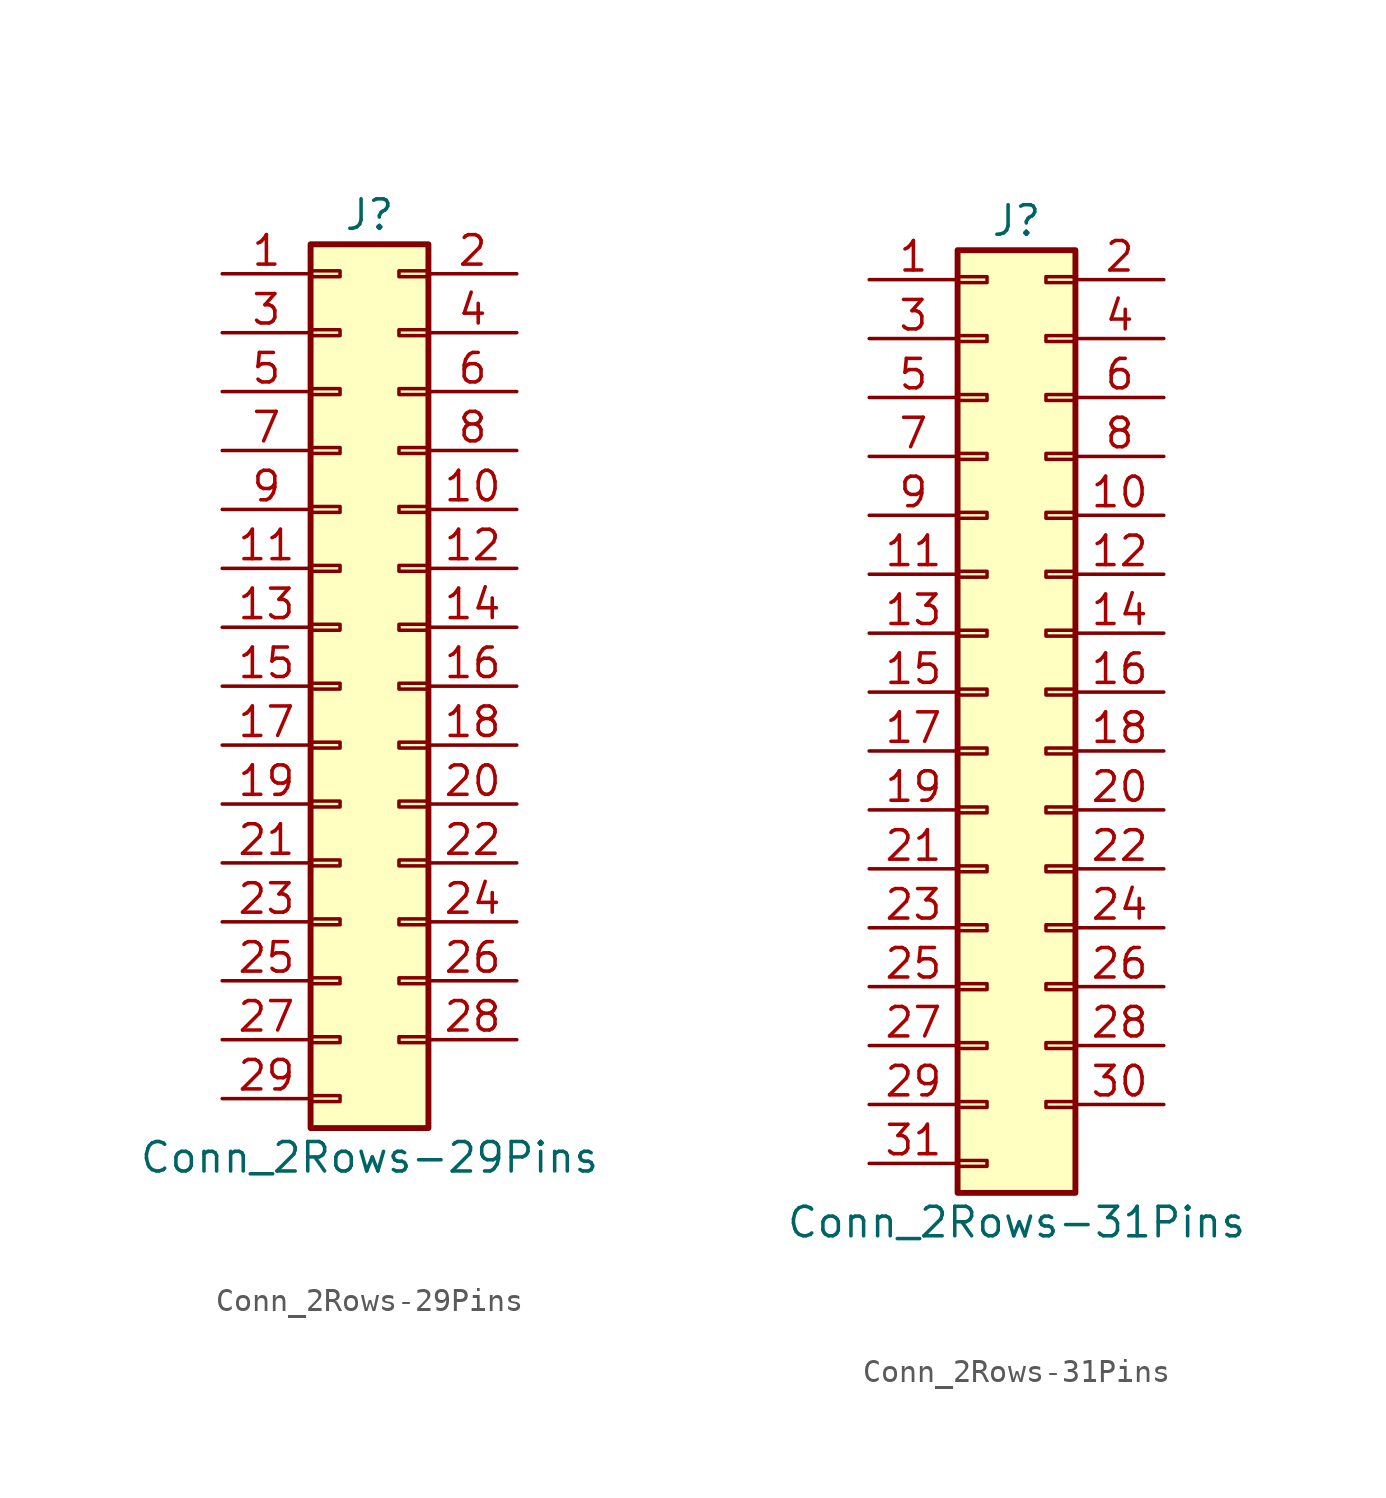
<source format=kicad_sym>
(kicad_symbol_lib
  (version 20220914)
  (generator kicad_symbol_editor)
  (symbol "Conn_2Rows-29Pins"
    (pin_names
      (offset 1.016) hide)
    (property "Reference" "J"
      (at 1.27 20.32 0)
      (effects (font (size 1.27 1.27))))
    (property "Value" "Conn_2Rows-29Pins"
      (at 1.27 -20.32 0)
      (effects (font (size 1.27 1.27))))
    (symbol "Conn_2Rows-29Pins_1_1"
      (rectangle (start -1.27 -17.653) (end 0 -17.907) (stroke (width 0.152) (type solid)) (fill (type none)))
      (rectangle (start -1.27 -15.113) (end 0 -15.367) (stroke (width 0.152) (type solid)) (fill (type none)))
      (rectangle (start -1.27 -12.573) (end 0 -12.827) (stroke (width 0.152) (type solid)) (fill (type none)))
      (rectangle (start -1.27 -10.033) (end 0 -10.287) (stroke (width 0.152) (type solid)) (fill (type none)))
      (rectangle (start -1.27 -7.493) (end 0 -7.747) (stroke (width 0.152) (type solid)) (fill (type none)))
      (rectangle (start -1.27 -4.953) (end 0 -5.207) (stroke (width 0.152) (type solid)) (fill (type none)))
      (rectangle (start -1.27 -2.413) (end 0 -2.667) (stroke (width 0.152) (type solid)) (fill (type none)))
      (rectangle (start -1.27 0.127) (end 0 -0.127) (stroke (width 0.152) (type solid)) (fill (type none)))
      (rectangle (start -1.27 2.667) (end 0 2.413) (stroke (width 0.152) (type solid)) (fill (type none)))
      (rectangle (start -1.27 5.207) (end 0 4.953) (stroke (width 0.152) (type solid)) (fill (type none)))
      (rectangle (start -1.27 7.747) (end 0 7.493) (stroke (width 0.152) (type solid)) (fill (type none)))
      (rectangle (start -1.27 10.287) (end 0 10.033) (stroke (width 0.152) (type solid)) (fill (type none)))
      (rectangle (start -1.27 12.827) (end 0 12.573) (stroke (width 0.152) (type solid)) (fill (type none)))
      (rectangle (start -1.27 15.367) (end 0 15.113) (stroke (width 0.152) (type solid)) (fill (type none)))
      (rectangle (start -1.27 17.907) (end 0 17.653) (stroke (width 0.152) (type solid)) (fill (type none)))
      (rectangle (start -1.27 19.05) (end 3.81 -19.05) (stroke (width 0.254) (type solid)) (fill (type background)))
      (rectangle (start 3.81 -15.113) (end 2.54 -15.367) (stroke (width 0.152) (type solid)) (fill (type none)))
      (rectangle (start 3.81 -12.573) (end 2.54 -12.827) (stroke (width 0.152) (type solid)) (fill (type none)))
      (rectangle (start 3.81 -10.033) (end 2.54 -10.287) (stroke (width 0.152) (type solid)) (fill (type none)))
      (rectangle (start 3.81 -7.493) (end 2.54 -7.747) (stroke (width 0.152) (type solid)) (fill (type none)))
      (rectangle (start 3.81 -4.953) (end 2.54 -5.207) (stroke (width 0.152) (type solid)) (fill (type none)))
      (rectangle (start 3.81 -2.413) (end 2.54 -2.667) (stroke (width 0.152) (type solid)) (fill (type none)))
      (rectangle (start 3.81 0.127) (end 2.54 -0.127) (stroke (width 0.152) (type solid)) (fill (type none)))
      (rectangle (start 3.81 2.667) (end 2.54 2.413) (stroke (width 0.152) (type solid)) (fill (type none)))
      (rectangle (start 3.81 5.207) (end 2.54 4.953) (stroke (width 0.152) (type solid)) (fill (type none)))
      (rectangle (start 3.81 7.747) (end 2.54 7.493) (stroke (width 0.152) (type solid)) (fill (type none)))
      (rectangle (start 3.81 10.287) (end 2.54 10.033) (stroke (width 0.152) (type solid)) (fill (type none)))
      (rectangle (start 3.81 12.827) (end 2.54 12.573) (stroke (width 0.152) (type solid)) (fill (type none)))
      (rectangle (start 3.81 15.367) (end 2.54 15.113) (stroke (width 0.152) (type solid)) (fill (type none)))
      (rectangle (start 3.81 17.907) (end 2.54 17.653) (stroke (width 0.152) (type solid)) (fill (type none)))
      (pin passive line (at -5.08 17.78 0) (length 3.81) (name "Pin_1" (effects (font (size 1.27 1.27)))) (number "1" (effects (font (size 1.27 1.27)))))
      (pin passive line (at 7.62 7.62 180) (length 3.81) (name "Pin_10" (effects (font (size 1.27 1.27)))) (number "10" (effects (font (size 1.27 1.27)))))
      (pin passive line (at -5.08 5.08 0) (length 3.81) (name "Pin_11" (effects (font (size 1.27 1.27)))) (number "11" (effects (font (size 1.27 1.27)))))
      (pin passive line (at 7.62 5.08 180) (length 3.81) (name "Pin_12" (effects (font (size 1.27 1.27)))) (number "12" (effects (font (size 1.27 1.27)))))
      (pin passive line (at -5.08 2.54 0) (length 3.81) (name "Pin_13" (effects (font (size 1.27 1.27)))) (number "13" (effects (font (size 1.27 1.27)))))
      (pin passive line (at 7.62 2.54 180) (length 3.81) (name "Pin_14" (effects (font (size 1.27 1.27)))) (number "14" (effects (font (size 1.27 1.27)))))
      (pin passive line (at -5.08 0 0) (length 3.81) (name "Pin_15" (effects (font (size 1.27 1.27)))) (number "15" (effects (font (size 1.27 1.27)))))
      (pin passive line (at 7.62 0 180) (length 3.81) (name "Pin_16" (effects (font (size 1.27 1.27)))) (number "16" (effects (font (size 1.27 1.27)))))
      (pin passive line (at -5.08 -2.54 0) (length 3.81) (name "Pin_17" (effects (font (size 1.27 1.27)))) (number "17" (effects (font (size 1.27 1.27)))))
      (pin passive line (at 7.62 -2.54 180) (length 3.81) (name "Pin_18" (effects (font (size 1.27 1.27)))) (number "18" (effects (font (size 1.27 1.27)))))
      (pin passive line (at -5.08 -5.08 0) (length 3.81) (name "Pin_19" (effects (font (size 1.27 1.27)))) (number "19" (effects (font (size 1.27 1.27)))))
      (pin passive line (at 7.62 17.78 180) (length 3.81) (name "Pin_2" (effects (font (size 1.27 1.27)))) (number "2" (effects (font (size 1.27 1.27)))))
      (pin passive line (at 7.62 -5.08 180) (length 3.81) (name "Pin_20" (effects (font (size 1.27 1.27)))) (number "20" (effects (font (size 1.27 1.27)))))
      (pin passive line (at -5.08 -7.62 0) (length 3.81) (name "Pin_21" (effects (font (size 1.27 1.27)))) (number "21" (effects (font (size 1.27 1.27)))))
      (pin passive line (at 7.62 -7.62 180) (length 3.81) (name "Pin_22" (effects (font (size 1.27 1.27)))) (number "22" (effects (font (size 1.27 1.27)))))
      (pin passive line (at -5.08 -10.16 0) (length 3.81) (name "Pin_23" (effects (font (size 1.27 1.27)))) (number "23" (effects (font (size 1.27 1.27)))))
      (pin passive line (at 7.62 -10.16 180) (length 3.81) (name "Pin_24" (effects (font (size 1.27 1.27)))) (number "24" (effects (font (size 1.27 1.27)))))
      (pin passive line (at -5.08 -12.7 0) (length 3.81) (name "Pin_25" (effects (font (size 1.27 1.27)))) (number "25" (effects (font (size 1.27 1.27)))))
      (pin passive line (at 7.62 -12.7 180) (length 3.81) (name "Pin_26" (effects (font (size 1.27 1.27)))) (number "26" (effects (font (size 1.27 1.27)))))
      (pin passive line (at -5.08 -15.24 0) (length 3.81) (name "Pin_27" (effects (font (size 1.27 1.27)))) (number "27" (effects (font (size 1.27 1.27)))))
      (pin passive line (at 7.62 -15.24 180) (length 3.81) (name "Pin_28" (effects (font (size 1.27 1.27)))) (number "28" (effects (font (size 1.27 1.27)))))
      (pin passive line (at -5.08 -17.78 0) (length 3.81) (name "Pin_29" (effects (font (size 1.27 1.27)))) (number "29" (effects (font (size 1.27 1.27)))))
      (pin passive line (at -5.08 15.24 0) (length 3.81) (name "Pin_3" (effects (font (size 1.27 1.27)))) (number "3" (effects (font (size 1.27 1.27)))))
      (pin passive line (at 7.62 15.24 180) (length 3.81) (name "Pin_4" (effects (font (size 1.27 1.27)))) (number "4" (effects (font (size 1.27 1.27)))))
      (pin passive line (at -5.08 12.7 0) (length 3.81) (name "Pin_5" (effects (font (size 1.27 1.27)))) (number "5" (effects (font (size 1.27 1.27)))))
      (pin passive line (at 7.62 12.7 180) (length 3.81) (name "Pin_6" (effects (font (size 1.27 1.27)))) (number "6" (effects (font (size 1.27 1.27)))))
      (pin passive line (at -5.08 10.16 0) (length 3.81) (name "Pin_7" (effects (font (size 1.27 1.27)))) (number "7" (effects (font (size 1.27 1.27)))))
      (pin passive line (at 7.62 10.16 180) (length 3.81) (name "Pin_8" (effects (font (size 1.27 1.27)))) (number "8" (effects (font (size 1.27 1.27)))))
      (pin passive line (at -5.08 7.62 0) (length 3.81) (name "Pin_9" (effects (font (size 1.27 1.27)))) (number "9" (effects (font (size 1.27 1.27)))))))
  (symbol "Conn_2Rows-31Pins"
    (pin_names
      (offset 1.016) hide)
    (property "Reference" "J"
      (at 1.27 20.32 0)
      (effects (font (size 1.27 1.27))))
    (property "Value" "Conn_2Rows-31Pins"
      (at 1.27 -22.86 0)
      (effects (font (size 1.27 1.27))))
    (symbol "Conn_2Rows-31Pins_1_1"
      (rectangle (start -1.27 -20.193) (end 0 -20.447) (stroke (width 0.152) (type solid)) (fill (type none)))
      (rectangle (start -1.27 -17.653) (end 0 -17.907) (stroke (width 0.152) (type solid)) (fill (type none)))
      (rectangle (start -1.27 -15.113) (end 0 -15.367) (stroke (width 0.152) (type solid)) (fill (type none)))
      (rectangle (start -1.27 -12.573) (end 0 -12.827) (stroke (width 0.152) (type solid)) (fill (type none)))
      (rectangle (start -1.27 -10.033) (end 0 -10.287) (stroke (width 0.152) (type solid)) (fill (type none)))
      (rectangle (start -1.27 -7.493) (end 0 -7.747) (stroke (width 0.152) (type solid)) (fill (type none)))
      (rectangle (start -1.27 -4.953) (end 0 -5.207) (stroke (width 0.152) (type solid)) (fill (type none)))
      (rectangle (start -1.27 -2.413) (end 0 -2.667) (stroke (width 0.152) (type solid)) (fill (type none)))
      (rectangle (start -1.27 0.127) (end 0 -0.127) (stroke (width 0.152) (type solid)) (fill (type none)))
      (rectangle (start -1.27 2.667) (end 0 2.413) (stroke (width 0.152) (type solid)) (fill (type none)))
      (rectangle (start -1.27 5.207) (end 0 4.953) (stroke (width 0.152) (type solid)) (fill (type none)))
      (rectangle (start -1.27 7.747) (end 0 7.493) (stroke (width 0.152) (type solid)) (fill (type none)))
      (rectangle (start -1.27 10.287) (end 0 10.033) (stroke (width 0.152) (type solid)) (fill (type none)))
      (rectangle (start -1.27 12.827) (end 0 12.573) (stroke (width 0.152) (type solid)) (fill (type none)))
      (rectangle (start -1.27 15.367) (end 0 15.113) (stroke (width 0.152) (type solid)) (fill (type none)))
      (rectangle (start -1.27 17.907) (end 0 17.653) (stroke (width 0.152) (type solid)) (fill (type none)))
      (rectangle (start -1.27 19.05) (end 3.81 -21.59) (stroke (width 0.254) (type solid)) (fill (type background)))
      (rectangle (start 3.81 -17.653) (end 2.54 -17.907) (stroke (width 0.152) (type solid)) (fill (type none)))
      (rectangle (start 3.81 -15.113) (end 2.54 -15.367) (stroke (width 0.152) (type solid)) (fill (type none)))
      (rectangle (start 3.81 -12.573) (end 2.54 -12.827) (stroke (width 0.152) (type solid)) (fill (type none)))
      (rectangle (start 3.81 -10.033) (end 2.54 -10.287) (stroke (width 0.152) (type solid)) (fill (type none)))
      (rectangle (start 3.81 -7.493) (end 2.54 -7.747) (stroke (width 0.152) (type solid)) (fill (type none)))
      (rectangle (start 3.81 -4.953) (end 2.54 -5.207) (stroke (width 0.152) (type solid)) (fill (type none)))
      (rectangle (start 3.81 -2.413) (end 2.54 -2.667) (stroke (width 0.152) (type solid)) (fill (type none)))
      (rectangle (start 3.81 0.127) (end 2.54 -0.127) (stroke (width 0.152) (type solid)) (fill (type none)))
      (rectangle (start 3.81 2.667) (end 2.54 2.413) (stroke (width 0.152) (type solid)) (fill (type none)))
      (rectangle (start 3.81 5.207) (end 2.54 4.953) (stroke (width 0.152) (type solid)) (fill (type none)))
      (rectangle (start 3.81 7.747) (end 2.54 7.493) (stroke (width 0.152) (type solid)) (fill (type none)))
      (rectangle (start 3.81 10.287) (end 2.54 10.033) (stroke (width 0.152) (type solid)) (fill (type none)))
      (rectangle (start 3.81 12.827) (end 2.54 12.573) (stroke (width 0.152) (type solid)) (fill (type none)))
      (rectangle (start 3.81 15.367) (end 2.54 15.113) (stroke (width 0.152) (type solid)) (fill (type none)))
      (rectangle (start 3.81 17.907) (end 2.54 17.653) (stroke (width 0.152) (type solid)) (fill (type none)))
      (pin passive line (at -5.08 17.78 0) (length 3.81) (name "Pin_1" (effects (font (size 1.27 1.27)))) (number "1" (effects (font (size 1.27 1.27)))))
      (pin passive line (at 7.62 7.62 180) (length 3.81) (name "Pin_10" (effects (font (size 1.27 1.27)))) (number "10" (effects (font (size 1.27 1.27)))))
      (pin passive line (at -5.08 5.08 0) (length 3.81) (name "Pin_11" (effects (font (size 1.27 1.27)))) (number "11" (effects (font (size 1.27 1.27)))))
      (pin passive line (at 7.62 5.08 180) (length 3.81) (name "Pin_12" (effects (font (size 1.27 1.27)))) (number "12" (effects (font (size 1.27 1.27)))))
      (pin passive line (at -5.08 2.54 0) (length 3.81) (name "Pin_13" (effects (font (size 1.27 1.27)))) (number "13" (effects (font (size 1.27 1.27)))))
      (pin passive line (at 7.62 2.54 180) (length 3.81) (name "Pin_14" (effects (font (size 1.27 1.27)))) (number "14" (effects (font (size 1.27 1.27)))))
      (pin passive line (at -5.08 0 0) (length 3.81) (name "Pin_15" (effects (font (size 1.27 1.27)))) (number "15" (effects (font (size 1.27 1.27)))))
      (pin passive line (at 7.62 0 180) (length 3.81) (name "Pin_16" (effects (font (size 1.27 1.27)))) (number "16" (effects (font (size 1.27 1.27)))))
      (pin passive line (at -5.08 -2.54 0) (length 3.81) (name "Pin_17" (effects (font (size 1.27 1.27)))) (number "17" (effects (font (size 1.27 1.27)))))
      (pin passive line (at 7.62 -2.54 180) (length 3.81) (name "Pin_18" (effects (font (size 1.27 1.27)))) (number "18" (effects (font (size 1.27 1.27)))))
      (pin passive line (at -5.08 -5.08 0) (length 3.81) (name "Pin_19" (effects (font (size 1.27 1.27)))) (number "19" (effects (font (size 1.27 1.27)))))
      (pin passive line (at 7.62 17.78 180) (length 3.81) (name "Pin_2" (effects (font (size 1.27 1.27)))) (number "2" (effects (font (size 1.27 1.27)))))
      (pin passive line (at 7.62 -5.08 180) (length 3.81) (name "Pin_20" (effects (font (size 1.27 1.27)))) (number "20" (effects (font (size 1.27 1.27)))))
      (pin passive line (at -5.08 -7.62 0) (length 3.81) (name "Pin_21" (effects (font (size 1.27 1.27)))) (number "21" (effects (font (size 1.27 1.27)))))
      (pin passive line (at 7.62 -7.62 180) (length 3.81) (name "Pin_22" (effects (font (size 1.27 1.27)))) (number "22" (effects (font (size 1.27 1.27)))))
      (pin passive line (at -5.08 -10.16 0) (length 3.81) (name "Pin_23" (effects (font (size 1.27 1.27)))) (number "23" (effects (font (size 1.27 1.27)))))
      (pin passive line (at 7.62 -10.16 180) (length 3.81) (name "Pin_24" (effects (font (size 1.27 1.27)))) (number "24" (effects (font (size 1.27 1.27)))))
      (pin passive line (at -5.08 -12.7 0) (length 3.81) (name "Pin_25" (effects (font (size 1.27 1.27)))) (number "25" (effects (font (size 1.27 1.27)))))
      (pin passive line (at 7.62 -12.7 180) (length 3.81) (name "Pin_26" (effects (font (size 1.27 1.27)))) (number "26" (effects (font (size 1.27 1.27)))))
      (pin passive line (at -5.08 -15.24 0) (length 3.81) (name "Pin_27" (effects (font (size 1.27 1.27)))) (number "27" (effects (font (size 1.27 1.27)))))
      (pin passive line (at 7.62 -15.24 180) (length 3.81) (name "Pin_28" (effects (font (size 1.27 1.27)))) (number "28" (effects (font (size 1.27 1.27)))))
      (pin passive line (at -5.08 -17.78 0) (length 3.81) (name "Pin_29" (effects (font (size 1.27 1.27)))) (number "29" (effects (font (size 1.27 1.27)))))
      (pin passive line (at -5.08 15.24 0) (length 3.81) (name "Pin_3" (effects (font (size 1.27 1.27)))) (number "3" (effects (font (size 1.27 1.27)))))
      (pin passive line (at 7.62 -17.78 180) (length 3.81) (name "Pin_30" (effects (font (size 1.27 1.27)))) (number "30" (effects (font (size 1.27 1.27)))))
      (pin passive line (at -5.08 -20.32 0) (length 3.81) (name "Pin_31" (effects (font (size 1.27 1.27)))) (number "31" (effects (font (size 1.27 1.27)))))
      (pin passive line (at 7.62 15.24 180) (length 3.81) (name "Pin_4" (effects (font (size 1.27 1.27)))) (number "4" (effects (font (size 1.27 1.27)))))
      (pin passive line (at -5.08 12.7 0) (length 3.81) (name "Pin_5" (effects (font (size 1.27 1.27)))) (number "5" (effects (font (size 1.27 1.27)))))
      (pin passive line (at 7.62 12.7 180) (length 3.81) (name "Pin_6" (effects (font (size 1.27 1.27)))) (number "6" (effects (font (size 1.27 1.27)))))
      (pin passive line (at -5.08 10.16 0) (length 3.81) (name "Pin_7" (effects (font (size 1.27 1.27)))) (number "7" (effects (font (size 1.27 1.27)))))
      (pin passive line (at 7.62 10.16 180) (length 3.81) (name "Pin_8" (effects (font (size 1.27 1.27)))) (number "8" (effects (font (size 1.27 1.27)))))
      (pin passive line (at -5.08 7.62 0) (length 3.81) (name "Pin_9" (effects (font (size 1.27 1.27)))) (number "9" (effects (font (size 1.27 1.27))))))))
</source>
